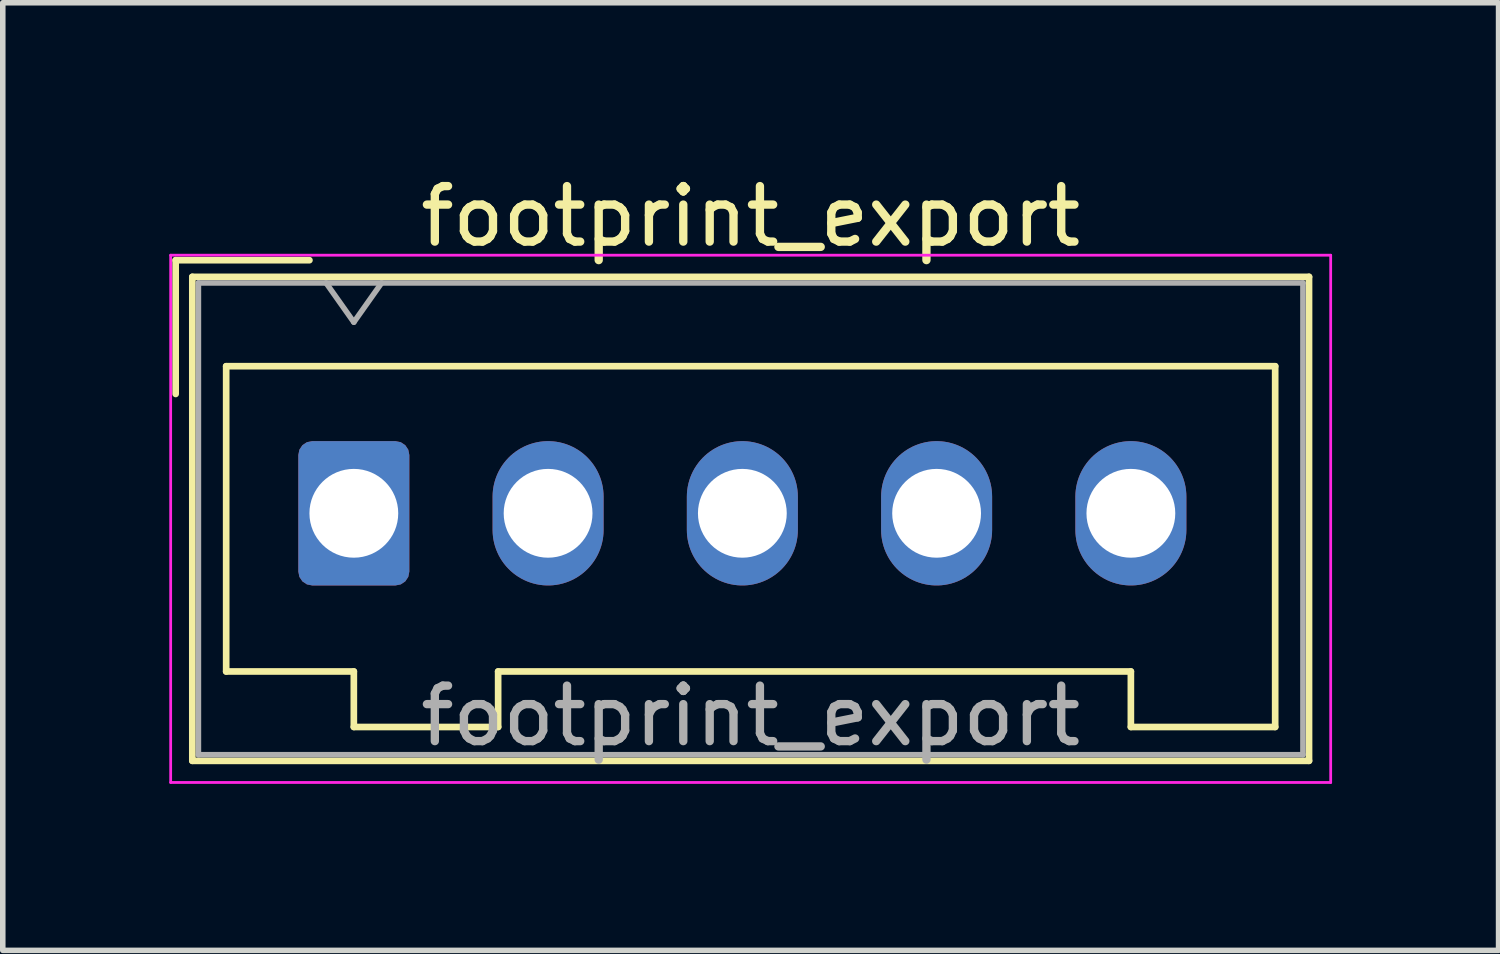
<source format=kicad_pcb>
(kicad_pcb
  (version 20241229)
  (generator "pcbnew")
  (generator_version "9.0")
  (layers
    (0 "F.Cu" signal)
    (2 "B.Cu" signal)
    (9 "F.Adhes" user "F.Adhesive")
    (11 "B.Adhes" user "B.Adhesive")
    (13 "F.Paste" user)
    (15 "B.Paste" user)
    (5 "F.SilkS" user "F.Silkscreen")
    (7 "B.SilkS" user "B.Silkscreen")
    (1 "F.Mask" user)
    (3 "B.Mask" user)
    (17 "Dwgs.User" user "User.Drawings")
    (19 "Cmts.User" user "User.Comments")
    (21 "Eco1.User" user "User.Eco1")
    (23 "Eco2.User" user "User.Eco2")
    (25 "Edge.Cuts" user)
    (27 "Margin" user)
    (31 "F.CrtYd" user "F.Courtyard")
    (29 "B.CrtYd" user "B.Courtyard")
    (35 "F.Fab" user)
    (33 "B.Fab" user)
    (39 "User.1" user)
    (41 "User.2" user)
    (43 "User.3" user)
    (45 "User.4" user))
  (footprint "footprint_export"
    (layer "F.Cu")
    (at 3.325 6.198)
    (property "Reference" "footprint_export" (at 7.15 -5.35 0) (layer "F.SilkS") (effects (font (size 1 1) (thickness 0.15))))
    (attr through_hole)
    (fp_line (start -3.21 -4.56) (end -0.8 -4.56) (stroke (width 0.12) (type solid)) (layer "F.SilkS"))
    (fp_line (start -3.21 -2.15) (end -3.21 -4.56) (stroke (width 0.12) (type solid)) (layer "F.SilkS"))
    (fp_line (start -2.91 -4.26) (end -2.91 4.46) (stroke (width 0.12) (type solid)) (layer "F.SilkS"))
    (fp_line (start -2.91 4.46) (end 17.21 4.46) (stroke (width 0.12) (type solid)) (layer "F.SilkS"))
    (fp_line (start -2.3 -2.65) (end -2.3 2.85) (stroke (width 0.12) (type solid)) (layer "F.SilkS"))
    (fp_line (start -2.3 2.85) (end 0 2.85) (stroke (width 0.12) (type solid)) (layer "F.SilkS"))
    (fp_line (start 0 2.85) (end 0 3.85) (stroke (width 0.12) (type solid)) (layer "F.SilkS"))
    (fp_line (start 0 3.85) (end 2.6 3.85) (stroke (width 0.12) (type solid)) (layer "F.SilkS"))
    (fp_line (start 2.6 2.85) (end 14 2.85) (stroke (width 0.12) (type solid)) (layer "F.SilkS"))
    (fp_line (start 2.6 3.85) (end 2.6 2.85) (stroke (width 0.12) (type solid)) (layer "F.SilkS"))
    (fp_line (start 14 2.85) (end 14 3.85) (stroke (width 0.12) (type solid)) (layer "F.SilkS"))
    (fp_line (start 14 3.85) (end 16.6 3.85) (stroke (width 0.12) (type solid)) (layer "F.SilkS"))
    (fp_line (start 16.6 -2.65) (end -2.3 -2.65) (stroke (width 0.12) (type solid)) (layer "F.SilkS"))
    (fp_line (start 16.6 3.85) (end 16.6 -2.65) (stroke (width 0.12) (type solid)) (layer "F.SilkS"))
    (fp_line (start 17.21 -4.26) (end -2.91 -4.26) (stroke (width 0.12) (type solid)) (layer "F.SilkS"))
    (fp_line (start 17.21 4.46) (end 17.21 -4.26) (stroke (width 0.12) (type solid)) (layer "F.SilkS"))
    (fp_line (start -3.3 -4.65) (end -3.3 4.85) (stroke (width 0.05) (type solid)) (layer "F.CrtYd"))
    (fp_line (start -3.3 4.85) (end 17.6 4.85) (stroke (width 0.05) (type solid)) (layer "F.CrtYd"))
    (fp_line (start 17.6 -4.65) (end -3.3 -4.65) (stroke (width 0.05) (type solid)) (layer "F.CrtYd"))
    (fp_line (start 17.6 4.85) (end 17.6 -4.65) (stroke (width 0.05) (type solid)) (layer "F.CrtYd"))
    (fp_line (start -2.8 -4.15) (end -2.8 4.35) (stroke (width 0.1) (type solid)) (layer "F.Fab"))
    (fp_line (start -2.8 4.35) (end 17.1 4.35) (stroke (width 0.1) (type solid)) (layer "F.Fab"))
    (fp_line (start -0.5 -4.15) (end 0 -3.443) (stroke (width 0.1) (type solid)) (layer "F.Fab"))
    (fp_line (start 0 -3.443) (end 0.5 -4.15) (stroke (width 0.1) (type solid)) (layer "F.Fab"))
    (fp_line (start 17.1 -4.15) (end -2.8 -4.15) (stroke (width 0.1) (type solid)) (layer "F.Fab"))
    (fp_line (start 17.1 4.35) (end 17.1 -4.15) (stroke (width 0.1) (type solid)) (layer "F.Fab"))
    (fp_text user "${REFERENCE}" (at 7.15 3.65 0) (layer "F.Fab") (effects (font (size 1 1) (thickness 0.15))))
    (pad "1" thru_hole roundrect (at 0 0) (size 2 2.6) (drill 1.6) (layers "*.Cu" "*.Mask") (roundrect_rratio 0.125))
    (pad "2" thru_hole oval (at 3.5 0) (size 2 2.6) (drill 1.6) (layers "*.Cu" "*.Mask"))
    (pad "3" thru_hole oval (at 7 0) (size 2 2.6) (drill 1.6) (layers "*.Cu" "*.Mask"))
    (pad "4" thru_hole oval (at 10.5 0) (size 2 2.6) (drill 1.6) (layers "*.Cu" "*.Mask"))
    (pad "5" thru_hole oval (at 14 0) (size 2 2.6) (drill 1.6) (layers "*.Cu" "*.Mask")))
  (gr_rect
    (start -3 -3)
    (end 23.95 14.073)
    (stroke (width 0.1) (type default))
    (fill no)
    (layer "Edge.Cuts")))
</source>
